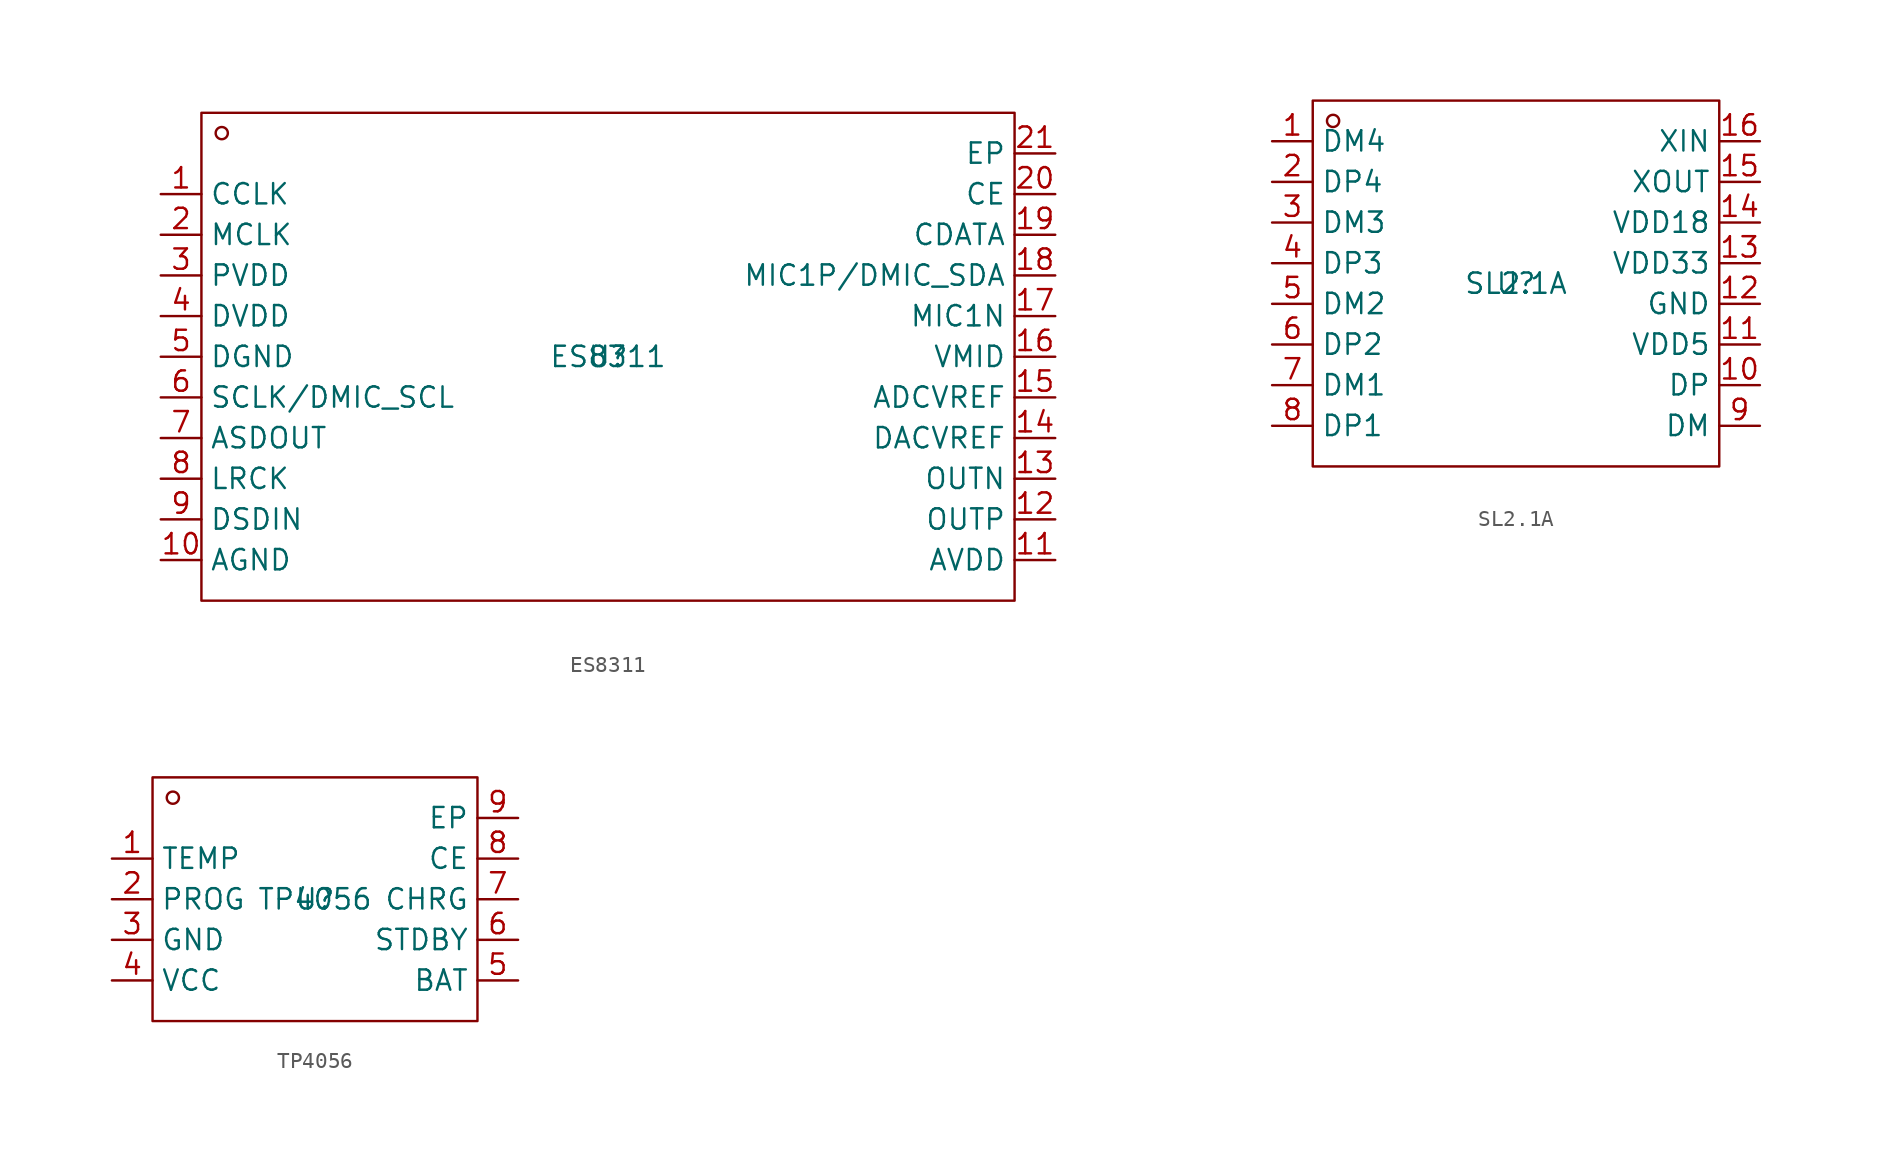
<source format=kicad_sym>
(kicad_symbol_lib
  (version 20231120)
  (generator "kicad_symbol_editor")
  (generator_version "8.0")
  (symbol "ES8311"
    (property "Reference" "U"
      (at 0 0 0)
      (effects (font (size 1.27 1.27))))
    (property "Value" "ES8311"
      (at 0 0 0)
      (effects (font (size 1.27 1.27))))
    (symbol "ES8311_1_0"
      (rectangle (start -25.4 -15.24) (end 25.4 15.24) (stroke (width 0) (type default)) (fill (type none)))
      (circle (center -24.13 13.97) (radius 0.381) (stroke (width 0) (type default)) (fill (type none)))
      (pin passive line (at -27.94 10.16 0) (length 2.54) (name "CCLK" (effects (font (size 1.27 1.27)))) (number "1" (effects (font (size 1.27 1.27)))))
      (pin passive line (at -27.94 -12.7 0) (length 2.54) (name "AGND" (effects (font (size 1.27 1.27)))) (number "10" (effects (font (size 1.27 1.27)))))
      (pin passive line (at 27.94 -12.7 180) (length 2.54) (name "AVDD" (effects (font (size 1.27 1.27)))) (number "11" (effects (font (size 1.27 1.27)))))
      (pin passive line (at 27.94 -10.16 180) (length 2.54) (name "OUTP" (effects (font (size 1.27 1.27)))) (number "12" (effects (font (size 1.27 1.27)))))
      (pin passive line (at 27.94 -7.62 180) (length 2.54) (name "OUTN" (effects (font (size 1.27 1.27)))) (number "13" (effects (font (size 1.27 1.27)))))
      (pin passive line (at 27.94 -5.08 180) (length 2.54) (name "DACVREF" (effects (font (size 1.27 1.27)))) (number "14" (effects (font (size 1.27 1.27)))))
      (pin passive line (at 27.94 -2.54 180) (length 2.54) (name "ADCVREF" (effects (font (size 1.27 1.27)))) (number "15" (effects (font (size 1.27 1.27)))))
      (pin passive line (at 27.94 0 180) (length 2.54) (name "VMID" (effects (font (size 1.27 1.27)))) (number "16" (effects (font (size 1.27 1.27)))))
      (pin passive line (at 27.94 2.54 180) (length 2.54) (name "MIC1N" (effects (font (size 1.27 1.27)))) (number "17" (effects (font (size 1.27 1.27)))))
      (pin passive line (at 27.94 5.08 180) (length 2.54) (name "MIC1P/DMIC_SDA" (effects (font (size 1.27 1.27)))) (number "18" (effects (font (size 1.27 1.27)))))
      (pin passive line (at 27.94 7.62 180) (length 2.54) (name "CDATA" (effects (font (size 1.27 1.27)))) (number "19" (effects (font (size 1.27 1.27)))))
      (pin passive line (at -27.94 7.62 0) (length 2.54) (name "MCLK" (effects (font (size 1.27 1.27)))) (number "2" (effects (font (size 1.27 1.27)))))
      (pin passive line (at 27.94 10.16 180) (length 2.54) (name "CE" (effects (font (size 1.27 1.27)))) (number "20" (effects (font (size 1.27 1.27)))))
      (pin passive line (at 27.94 12.7 180) (length 2.54) (name "EP" (effects (font (size 1.27 1.27)))) (number "21" (effects (font (size 1.27 1.27)))))
      (pin passive line (at -27.94 5.08 0) (length 2.54) (name "PVDD" (effects (font (size 1.27 1.27)))) (number "3" (effects (font (size 1.27 1.27)))))
      (pin passive line (at -27.94 2.54 0) (length 2.54) (name "DVDD" (effects (font (size 1.27 1.27)))) (number "4" (effects (font (size 1.27 1.27)))))
      (pin passive line (at -27.94 0 0) (length 2.54) (name "DGND" (effects (font (size 1.27 1.27)))) (number "5" (effects (font (size 1.27 1.27)))))
      (pin passive line (at -27.94 -2.54 0) (length 2.54) (name "SCLK/DMIC_SCL" (effects (font (size 1.27 1.27)))) (number "6" (effects (font (size 1.27 1.27)))))
      (pin passive line (at -27.94 -5.08 0) (length 2.54) (name "ASDOUT" (effects (font (size 1.27 1.27)))) (number "7" (effects (font (size 1.27 1.27)))))
      (pin passive line (at -27.94 -7.62 0) (length 2.54) (name "LRCK" (effects (font (size 1.27 1.27)))) (number "8" (effects (font (size 1.27 1.27)))))
      (pin passive line (at -27.94 -10.16 0) (length 2.54) (name "DSDIN" (effects (font (size 1.27 1.27)))) (number "9" (effects (font (size 1.27 1.27)))))))
  (symbol "SL2.1A"
    (property "Reference" "U"
      (at 0 0 0)
      (effects (font (size 1.27 1.27))))
    (property "Value" "SL2.1A"
      (at 0 0 0)
      (effects (font (size 1.27 1.27))))
    (symbol "SL2.1A_1_0"
      (rectangle (start -12.7 -11.43) (end 12.7 11.43) (stroke (width 0) (type default)) (fill (type none)))
      (circle (center -11.43 10.16) (radius 0.381) (stroke (width 0) (type default)) (fill (type none)))
      (pin passive line (at -15.24 8.89 0) (length 2.54) (name "DM4" (effects (font (size 1.27 1.27)))) (number "1" (effects (font (size 1.27 1.27)))))
      (pin passive line (at 15.24 -6.35 180) (length 2.54) (name "DP" (effects (font (size 1.27 1.27)))) (number "10" (effects (font (size 1.27 1.27)))))
      (pin passive line (at 15.24 -3.81 180) (length 2.54) (name "VDD5" (effects (font (size 1.27 1.27)))) (number "11" (effects (font (size 1.27 1.27)))))
      (pin passive line (at 15.24 -1.27 180) (length 2.54) (name "GND" (effects (font (size 1.27 1.27)))) (number "12" (effects (font (size 1.27 1.27)))))
      (pin passive line (at 15.24 1.27 180) (length 2.54) (name "VDD33" (effects (font (size 1.27 1.27)))) (number "13" (effects (font (size 1.27 1.27)))))
      (pin passive line (at 15.24 3.81 180) (length 2.54) (name "VDD18" (effects (font (size 1.27 1.27)))) (number "14" (effects (font (size 1.27 1.27)))))
      (pin passive line (at 15.24 6.35 180) (length 2.54) (name "XOUT" (effects (font (size 1.27 1.27)))) (number "15" (effects (font (size 1.27 1.27)))))
      (pin passive line (at 15.24 8.89 180) (length 2.54) (name "XIN" (effects (font (size 1.27 1.27)))) (number "16" (effects (font (size 1.27 1.27)))))
      (pin passive line (at -15.24 6.35 0) (length 2.54) (name "DP4" (effects (font (size 1.27 1.27)))) (number "2" (effects (font (size 1.27 1.27)))))
      (pin passive line (at -15.24 3.81 0) (length 2.54) (name "DM3" (effects (font (size 1.27 1.27)))) (number "3" (effects (font (size 1.27 1.27)))))
      (pin passive line (at -15.24 1.27 0) (length 2.54) (name "DP3" (effects (font (size 1.27 1.27)))) (number "4" (effects (font (size 1.27 1.27)))))
      (pin passive line (at -15.24 -1.27 0) (length 2.54) (name "DM2" (effects (font (size 1.27 1.27)))) (number "5" (effects (font (size 1.27 1.27)))))
      (pin passive line (at -15.24 -3.81 0) (length 2.54) (name "DP2" (effects (font (size 1.27 1.27)))) (number "6" (effects (font (size 1.27 1.27)))))
      (pin passive line (at -15.24 -6.35 0) (length 2.54) (name "DM1" (effects (font (size 1.27 1.27)))) (number "7" (effects (font (size 1.27 1.27)))))
      (pin passive line (at -15.24 -8.89 0) (length 2.54) (name "DP1" (effects (font (size 1.27 1.27)))) (number "8" (effects (font (size 1.27 1.27)))))
      (pin passive line (at 15.24 -8.89 180) (length 2.54) (name "DM" (effects (font (size 1.27 1.27)))) (number "9" (effects (font (size 1.27 1.27)))))))
  (symbol "TP4056"
    (property "Reference" "U"
      (at 0 0 0)
      (effects (font (size 1.27 1.27))))
    (property "Value" "TP4056"
      (at 0 0 0)
      (effects (font (size 1.27 1.27))))
    (symbol "TP4056_1_0"
      (rectangle (start -10.16 -7.62) (end 10.16 7.62) (stroke (width 0) (type default)) (fill (type none)))
      (circle (center -8.89 6.35) (radius 0.381) (stroke (width 0) (type default)) (fill (type none)))
      (pin passive line (at -12.7 2.54 0) (length 2.54) (name "TEMP" (effects (font (size 1.27 1.27)))) (number "1" (effects (font (size 1.27 1.27)))))
      (pin passive line (at -12.7 0 0) (length 2.54) (name "PROG" (effects (font (size 1.27 1.27)))) (number "2" (effects (font (size 1.27 1.27)))))
      (pin passive line (at -12.7 -2.54 0) (length 2.54) (name "GND" (effects (font (size 1.27 1.27)))) (number "3" (effects (font (size 1.27 1.27)))))
      (pin passive line (at -12.7 -5.08 0) (length 2.54) (name "VCC" (effects (font (size 1.27 1.27)))) (number "4" (effects (font (size 1.27 1.27)))))
      (pin passive line (at 12.7 -5.08 180) (length 2.54) (name "BAT" (effects (font (size 1.27 1.27)))) (number "5" (effects (font (size 1.27 1.27)))))
      (pin passive line (at 12.7 -2.54 180) (length 2.54) (name "STDBY" (effects (font (size 1.27 1.27)))) (number "6" (effects (font (size 1.27 1.27)))))
      (pin passive line (at 12.7 0 180) (length 2.54) (name "CHRG" (effects (font (size 1.27 1.27)))) (number "7" (effects (font (size 1.27 1.27)))))
      (pin passive line (at 12.7 2.54 180) (length 2.54) (name "CE" (effects (font (size 1.27 1.27)))) (number "8" (effects (font (size 1.27 1.27)))))
      (pin passive line (at 12.7 5.08 180) (length 2.54) (name "EP" (effects (font (size 1.27 1.27)))) (number "9" (effects (font (size 1.27 1.27))))))))
</source>
